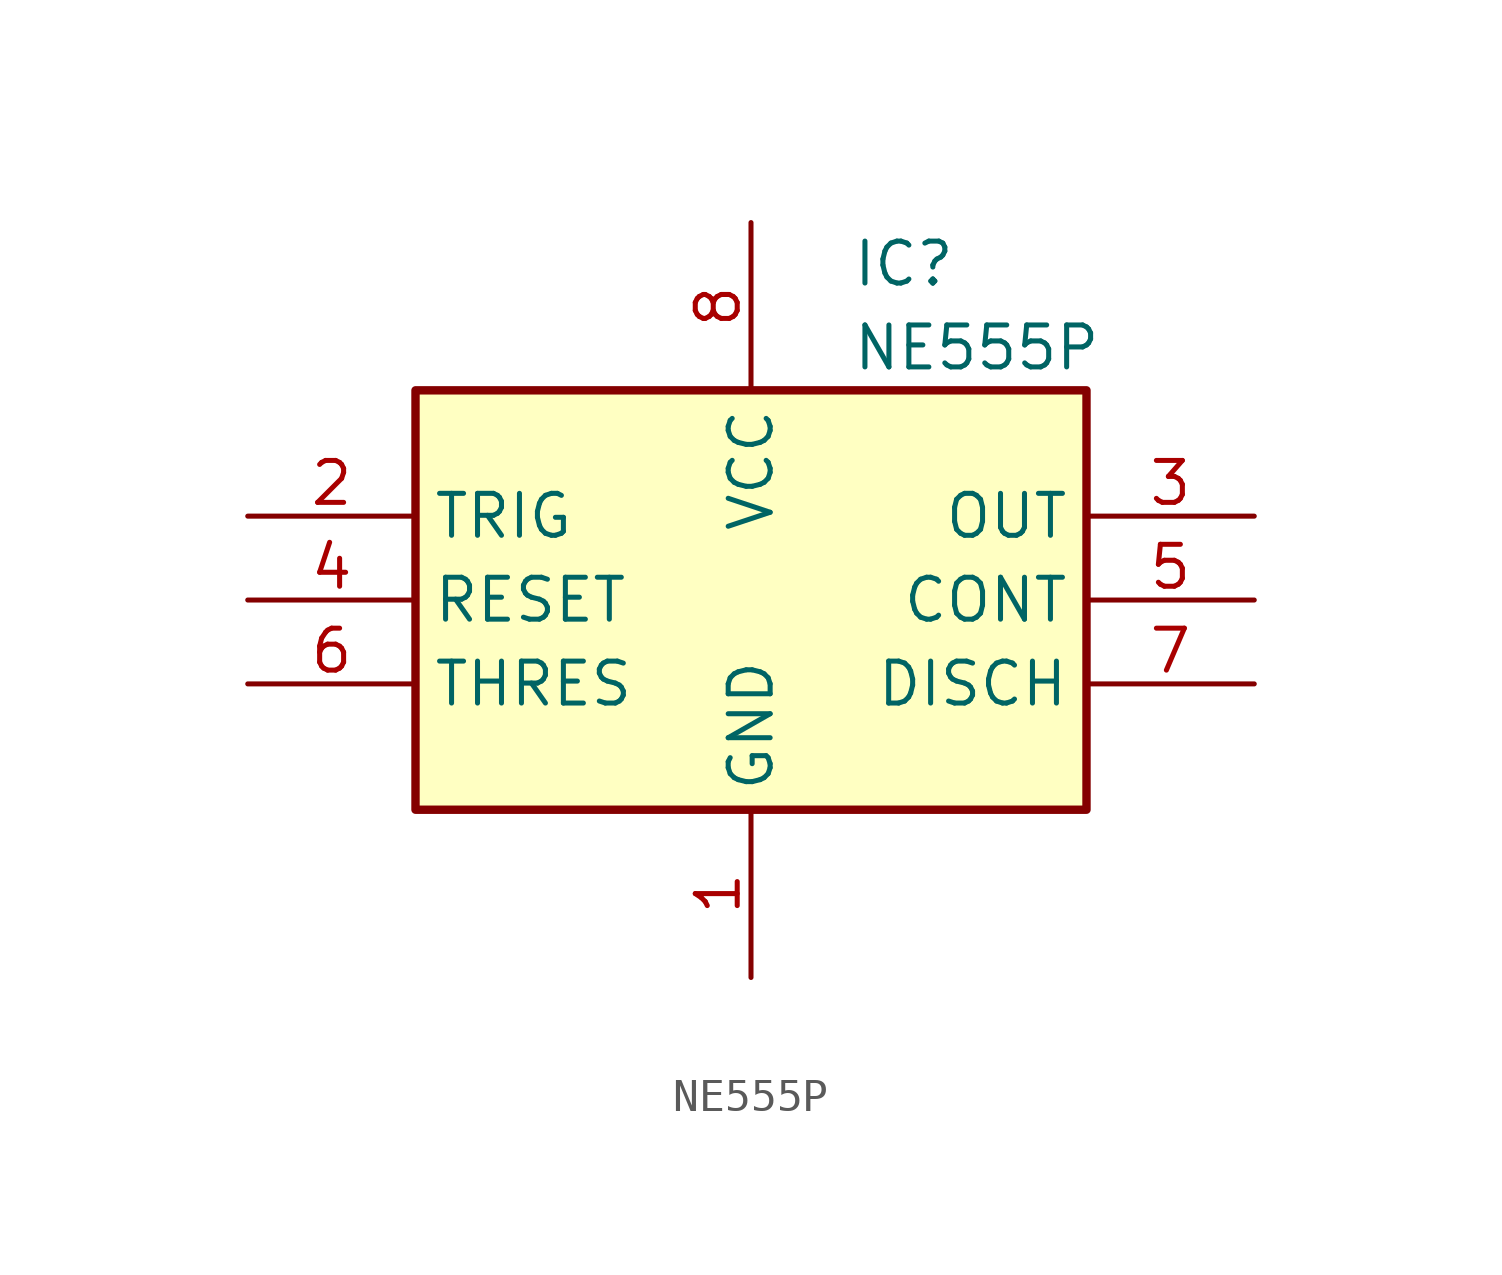
<source format=kicad_sym>
(kicad_symbol_lib
  (version 20231120)
  (generator "kicad_symbol_editor")
  (generator_version "8.0")
  (symbol "NE555P"
    (property "Reference" "IC"
      (at 3.048 10.922 0)
      (effects (font (size 1.27 1.27)) (justify left top)))
    (property "Value" "NE555P"
      (at 3.048 8.382 0)
      (effects (font (size 1.27 1.27)) (justify left top)))
    (symbol "NE555P_1_1"
      (rectangle (start -10.16 6.35) (end 10.16 -6.35) (stroke (width 0.254) (type default)) (fill (type background)))
      (pin passive line (at 0 -11.43 90) (length 5.08) (name "GND" (effects (font (size 1.27 1.27)))) (number "1" (effects (font (size 1.27 1.27)))))
      (pin passive line (at -15.24 2.54 0) (length 5.08) (name "TRIG" (effects (font (size 1.27 1.27)))) (number "2" (effects (font (size 1.27 1.27)))))
      (pin passive line (at 15.24 2.54 180) (length 5.08) (name "OUT" (effects (font (size 1.27 1.27)))) (number "3" (effects (font (size 1.27 1.27)))))
      (pin passive line (at -15.24 0 0) (length 5.08) (name "RESET" (effects (font (size 1.27 1.27)))) (number "4" (effects (font (size 1.27 1.27)))))
      (pin passive line (at 15.24 0 180) (length 5.08) (name "CONT" (effects (font (size 1.27 1.27)))) (number "5" (effects (font (size 1.27 1.27)))))
      (pin passive line (at -15.24 -2.54 0) (length 5.08) (name "THRES" (effects (font (size 1.27 1.27)))) (number "6" (effects (font (size 1.27 1.27)))))
      (pin passive line (at 15.24 -2.54 180) (length 5.08) (name "DISCH" (effects (font (size 1.27 1.27)))) (number "7" (effects (font (size 1.27 1.27)))))
      (pin passive line (at 0 11.43 270) (length 5.08) (name "VCC" (effects (font (size 1.27 1.27)))) (number "8" (effects (font (size 1.27 1.27))))))))
</source>
